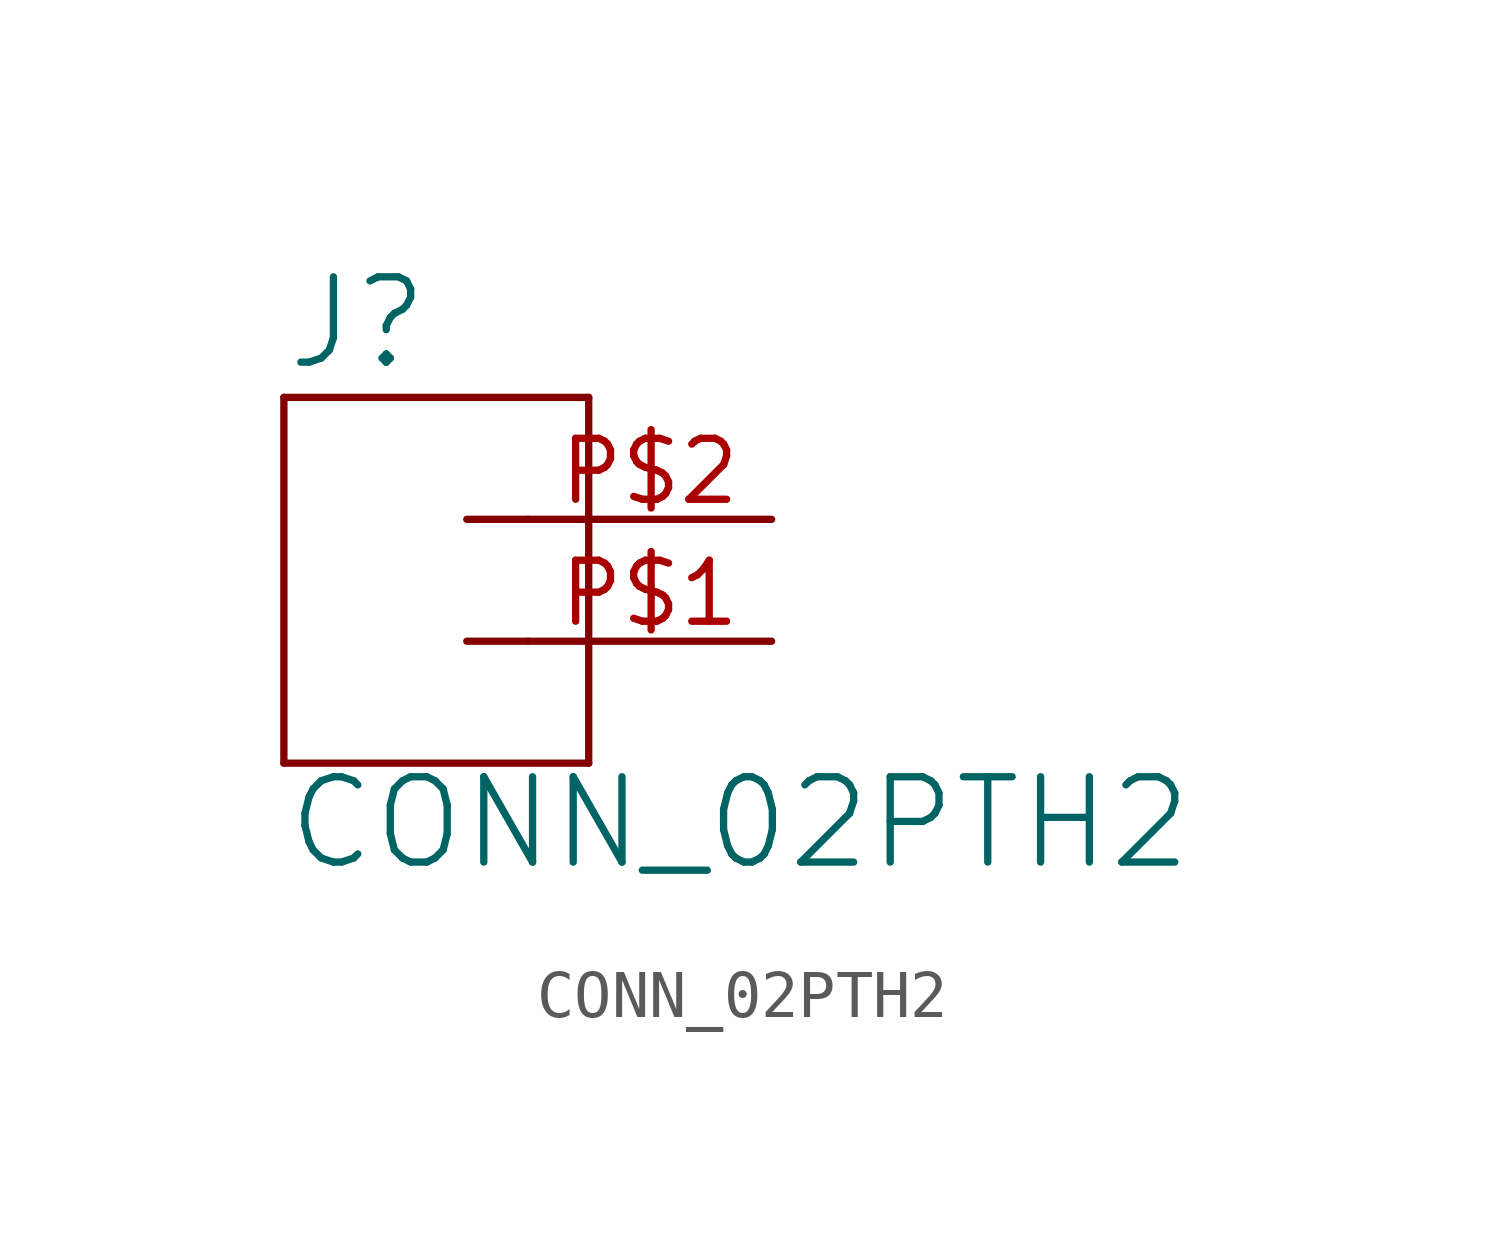
<source format=kicad_sym>
(kicad_symbol_lib
  (version 20211014)
  (generator kicad_symbol_editor)
  (symbol "CONN_02PTH2"
    (pin_names
      (offset 1.016))
    (property "Reference" "J"
      (at -2.54 5.588 0)
      (effects (font (size 1.778 1.778)) (justify left bottom)))
    (property "Value" "CONN_02PTH2"
      (at -2.54 -4.826 0)
      (effects (font (size 1.778 1.778)) (justify left bottom)))
    (property "ki_locked" ""
      (at 0 0 0)
      (effects (font (size 1.27 1.27))))
    (symbol "CONN_02PTH2_1_0"
      (polyline (pts (xy -2.54 5.08) (xy -2.54 -2.54)) (stroke (width 0) (type default) (color 0 0 0 0)) (fill (type none)))
      (polyline (pts (xy -2.54 5.08) (xy 3.81 5.08)) (stroke (width 0) (type default) (color 0 0 0 0)) (fill (type none)))
      (polyline (pts (xy 1.27 0) (xy 2.54 0)) (stroke (width 0) (type default) (color 0 0 0 0)) (fill (type none)))
      (polyline (pts (xy 1.27 2.54) (xy 2.54 2.54)) (stroke (width 0) (type default) (color 0 0 0 0)) (fill (type none)))
      (polyline (pts (xy 3.81 -2.54) (xy -2.54 -2.54)) (stroke (width 0) (type default) (color 0 0 0 0)) (fill (type none)))
      (polyline (pts (xy 3.81 -2.54) (xy 3.81 5.08)) (stroke (width 0) (type default) (color 0 0 0 0)) (fill (type none)))
      (pin passive line (at 7.62 0 180) (length 5.08) (name "1" (effects (font (size 0 0)))) (number "P$1" (effects (font (size 1.27 1.27)))))
      (pin passive line (at 7.62 2.54 180) (length 5.08) (name "2" (effects (font (size 0 0)))) (number "P$2" (effects (font (size 1.27 1.27))))))))
</source>
